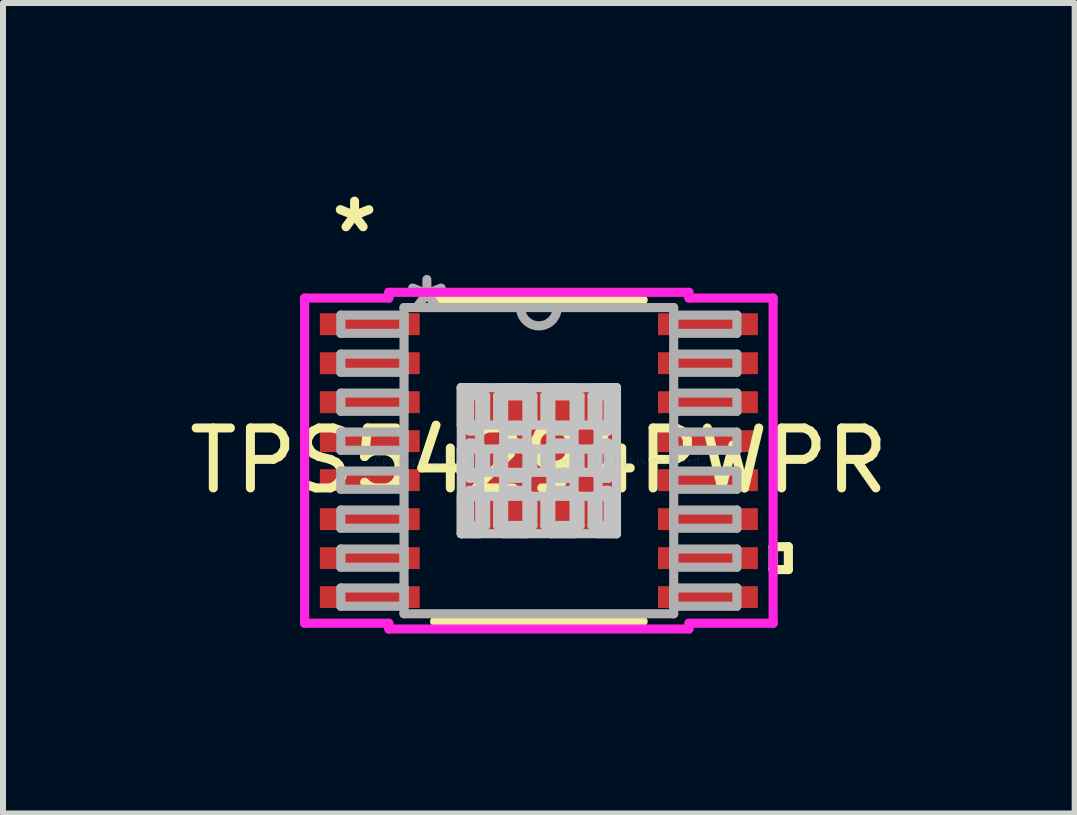
<source format=kicad_pcb>
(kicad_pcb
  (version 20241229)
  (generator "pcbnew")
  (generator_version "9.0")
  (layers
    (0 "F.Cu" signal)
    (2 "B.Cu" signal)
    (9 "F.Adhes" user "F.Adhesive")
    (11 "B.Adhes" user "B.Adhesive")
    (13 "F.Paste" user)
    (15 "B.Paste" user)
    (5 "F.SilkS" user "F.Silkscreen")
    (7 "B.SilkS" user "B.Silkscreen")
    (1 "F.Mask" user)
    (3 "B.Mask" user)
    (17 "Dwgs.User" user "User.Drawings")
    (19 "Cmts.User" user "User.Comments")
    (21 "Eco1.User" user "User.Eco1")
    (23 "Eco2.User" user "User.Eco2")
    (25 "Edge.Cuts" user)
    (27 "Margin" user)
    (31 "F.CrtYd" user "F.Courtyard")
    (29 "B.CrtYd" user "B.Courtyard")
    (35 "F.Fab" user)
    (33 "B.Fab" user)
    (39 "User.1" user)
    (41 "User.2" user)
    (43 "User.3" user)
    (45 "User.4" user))
  (footprint "TPS54294PWPR"
    (layer "F.Cu")
    (at 5.935 4.631)
    (property "Reference" "TPS54294PWPR" (at 0 0 0) (layer "F.SilkS") (effects (font (size 1 1) (thickness 0.15))))
    (attr through_hole)
    (fp_line (start -1.739 2.68) (end 1.739 2.68) (stroke (width 0.152) (type solid)) (layer "F.SilkS"))
    (fp_line (start 1.739 -2.68) (end -1.739 -2.68) (stroke (width 0.152) (type solid)) (layer "F.SilkS"))
    (fp_line (start 3.906 1.435) (end 4.16 1.435) (stroke (width 0.152) (type solid)) (layer "F.SilkS"))
    (fp_line (start 3.906 1.816) (end 3.906 1.435) (stroke (width 0.152) (type solid)) (layer "F.SilkS"))
    (fp_line (start 4.16 1.435) (end 4.16 1.816) (stroke (width 0.152) (type solid)) (layer "F.SilkS"))
    (fp_line (start 4.16 1.816) (end 3.906 1.816) (stroke (width 0.152) (type solid)) (layer "F.SilkS"))
    (fp_line (start -1.294 -1.218) (end -0.987 -1.218) (stroke (width 0.152) (type solid)) (layer "Dwgs.User"))
    (fp_line (start -1.294 -1.218) (end 1.294 -1.218) (stroke (width 0.152) (type solid)) (layer "Dwgs.User"))
    (fp_line (start -1.294 -0.594) (end -1.294 -1.218) (stroke (width 0.152) (type solid)) (layer "Dwgs.User"))
    (fp_line (start -1.294 -0.194) (end 1.294 -0.194) (stroke (width 0.152) (type solid)) (layer "Dwgs.User"))
    (fp_line (start -1.294 0.194) (end -1.294 -0.194) (stroke (width 0.152) (type solid)) (layer "Dwgs.User"))
    (fp_line (start -1.294 0.594) (end 1.294 0.594) (stroke (width 0.152) (type solid)) (layer "Dwgs.User"))
    (fp_line (start -1.294 1.218) (end -1.294 -1.218) (stroke (width 0.152) (type solid)) (layer "Dwgs.User"))
    (fp_line (start -1.294 1.218) (end -1.294 0.594) (stroke (width 0.152) (type solid)) (layer "Dwgs.User"))
    (fp_line (start -1.155 -1.08) (end -1.155 -0.494) (stroke (width 0.152) (type solid)) (layer "Dwgs.User"))
    (fp_line (start -1.155 -0.494) (end -1.029 -0.494) (stroke (width 0.152) (type solid)) (layer "Dwgs.User"))
    (fp_line (start -1.155 -0.294) (end -1.155 0.294) (stroke (width 0.152) (type solid)) (layer "Dwgs.User"))
    (fp_line (start -1.155 0.294) (end -1.029 0.294) (stroke (width 0.152) (type solid)) (layer "Dwgs.User"))
    (fp_line (start -1.155 0.494) (end -1.155 1.08) (stroke (width 0.152) (type solid)) (layer "Dwgs.User"))
    (fp_line (start -1.155 1.08) (end -0.887 1.08) (stroke (width 0.152) (type solid)) (layer "Dwgs.User"))
    (fp_line (start -1.029 -0.494) (end -1.029 -0.494) (stroke (width 0.152) (type solid)) (layer "Dwgs.User"))
    (fp_line (start -1.029 -0.494) (end -0.887 -0.635) (stroke (width 0.152) (type solid)) (layer "Dwgs.User"))
    (fp_line (start -1.029 -0.294) (end -1.155 -0.294) (stroke (width 0.152) (type solid)) (layer "Dwgs.User"))
    (fp_line (start -1.029 -0.294) (end -1.029 -0.294) (stroke (width 0.152) (type solid)) (layer "Dwgs.User"))
    (fp_line (start -1.029 0.294) (end -1.029 0.294) (stroke (width 0.152) (type solid)) (layer "Dwgs.User"))
    (fp_line (start -1.029 0.294) (end -0.887 0.152) (stroke (width 0.152) (type solid)) (layer "Dwgs.User"))
    (fp_line (start -1.029 0.494) (end -1.155 0.494) (stroke (width 0.152) (type solid)) (layer "Dwgs.User"))
    (fp_line (start -1.029 0.494) (end -1.029 0.494) (stroke (width 0.152) (type solid)) (layer "Dwgs.User"))
    (fp_line (start -0.987 -1.218) (end -0.987 1.218) (stroke (width 0.152) (type solid)) (layer "Dwgs.User"))
    (fp_line (start -0.987 1.218) (end -1.294 1.218) (stroke (width 0.152) (type solid)) (layer "Dwgs.User"))
    (fp_line (start -0.887 -1.08) (end -1.155 -1.08) (stroke (width 0.152) (type solid)) (layer "Dwgs.User"))
    (fp_line (start -0.887 -0.635) (end -0.887 -1.08) (stroke (width 0.152) (type solid)) (layer "Dwgs.User"))
    (fp_line (start -0.887 -0.635) (end -0.887 -0.635) (stroke (width 0.152) (type solid)) (layer "Dwgs.User"))
    (fp_line (start -0.887 -0.152) (end -1.029 -0.294) (stroke (width 0.152) (type solid)) (layer "Dwgs.User"))
    (fp_line (start -0.887 -0.152) (end -0.887 -0.152) (stroke (width 0.152) (type solid)) (layer "Dwgs.User"))
    (fp_line (start -0.887 0.152) (end -0.887 -0.152) (stroke (width 0.152) (type solid)) (layer "Dwgs.User"))
    (fp_line (start -0.887 0.152) (end -0.887 0.152) (stroke (width 0.152) (type solid)) (layer "Dwgs.User"))
    (fp_line (start -0.887 0.635) (end -1.029 0.494) (stroke (width 0.152) (type solid)) (layer "Dwgs.User"))
    (fp_line (start -0.887 0.635) (end -0.887 0.635) (stroke (width 0.152) (type solid)) (layer "Dwgs.User"))
    (fp_line (start -0.887 1.08) (end -0.887 0.635) (stroke (width 0.152) (type solid)) (layer "Dwgs.User"))
    (fp_line (start -0.687 -1.08) (end -0.687 -0.635) (stroke (width 0.152) (type solid)) (layer "Dwgs.User"))
    (fp_line (start -0.687 -0.635) (end -0.687 -0.635) (stroke (width 0.152) (type solid)) (layer "Dwgs.User"))
    (fp_line (start -0.687 -0.635) (end -0.546 -0.494) (stroke (width 0.152) (type solid)) (layer "Dwgs.User"))
    (fp_line (start -0.687 -0.152) (end -0.687 -0.152) (stroke (width 0.152) (type solid)) (layer "Dwgs.User"))
    (fp_line (start -0.687 -0.152) (end -0.687 0.152) (stroke (width 0.152) (type solid)) (layer "Dwgs.User"))
    (fp_line (start -0.687 0.152) (end -0.687 0.152) (stroke (width 0.152) (type solid)) (layer "Dwgs.User"))
    (fp_line (start -0.687 0.152) (end -0.546 0.294) (stroke (width 0.152) (type solid)) (layer "Dwgs.User"))
    (fp_line (start -0.687 0.635) (end -0.687 0.635) (stroke (width 0.152) (type solid)) (layer "Dwgs.User"))
    (fp_line (start -0.687 0.635) (end -0.687 1.08) (stroke (width 0.152) (type solid)) (layer "Dwgs.User"))
    (fp_line (start -0.687 1.08) (end -0.1 1.08) (stroke (width 0.152) (type solid)) (layer "Dwgs.User"))
    (fp_line (start -0.587 -1.218) (end -0.587 1.218) (stroke (width 0.152) (type solid)) (layer "Dwgs.User"))
    (fp_line (start -0.587 1.218) (end -0.2 1.218) (stroke (width 0.152) (type solid)) (layer "Dwgs.User"))
    (fp_line (start -0.546 -0.494) (end -0.546 -0.494) (stroke (width 0.152) (type solid)) (layer "Dwgs.User"))
    (fp_line (start -0.546 -0.494) (end -0.241 -0.494) (stroke (width 0.152) (type solid)) (layer "Dwgs.User"))
    (fp_line (start -0.546 -0.294) (end -0.687 -0.152) (stroke (width 0.152) (type solid)) (layer "Dwgs.User"))
    (fp_line (start -0.546 -0.294) (end -0.546 -0.294) (stroke (width 0.152) (type solid)) (layer "Dwgs.User"))
    (fp_line (start -0.546 0.294) (end -0.546 0.294) (stroke (width 0.152) (type solid)) (layer "Dwgs.User"))
    (fp_line (start -0.546 0.294) (end -0.241 0.294) (stroke (width 0.152) (type solid)) (layer "Dwgs.User"))
    (fp_line (start -0.546 0.494) (end -0.687 0.635) (stroke (width 0.152) (type solid)) (layer "Dwgs.User"))
    (fp_line (start -0.546 0.494) (end -0.546 0.494) (stroke (width 0.152) (type solid)) (layer "Dwgs.User"))
    (fp_line (start -0.241 -0.494) (end -0.241 -0.494) (stroke (width 0.152) (type solid)) (layer "Dwgs.User"))
    (fp_line (start -0.241 -0.494) (end -0.1 -0.635) (stroke (width 0.152) (type solid)) (layer "Dwgs.User"))
    (fp_line (start -0.241 -0.294) (end -0.546 -0.294) (stroke (width 0.152) (type solid)) (layer "Dwgs.User"))
    (fp_line (start -0.241 -0.294) (end -0.241 -0.294) (stroke (width 0.152) (type solid)) (layer "Dwgs.User"))
    (fp_line (start -0.241 0.294) (end -0.241 0.294) (stroke (width 0.152) (type solid)) (layer "Dwgs.User"))
    (fp_line (start -0.241 0.294) (end -0.1 0.152) (stroke (width 0.152) (type solid)) (layer "Dwgs.User"))
    (fp_line (start -0.241 0.494) (end -0.546 0.494) (stroke (width 0.152) (type solid)) (layer "Dwgs.User"))
    (fp_line (start -0.241 0.494) (end -0.241 0.494) (stroke (width 0.152) (type solid)) (layer "Dwgs.User"))
    (fp_line (start -0.2 -1.218) (end -0.587 -1.218) (stroke (width 0.152) (type solid)) (layer "Dwgs.User"))
    (fp_line (start -0.2 1.218) (end -0.2 -1.218) (stroke (width 0.152) (type solid)) (layer "Dwgs.User"))
    (fp_line (start -0.1 -1.08) (end -0.687 -1.08) (stroke (width 0.152) (type solid)) (layer "Dwgs.User"))
    (fp_line (start -0.1 -0.635) (end -0.1 -1.08) (stroke (width 0.152) (type solid)) (layer "Dwgs.User"))
    (fp_line (start -0.1 -0.635) (end -0.1 -0.635) (stroke (width 0.152) (type solid)) (layer "Dwgs.User"))
    (fp_line (start -0.1 -0.152) (end -0.241 -0.294) (stroke (width 0.152) (type solid)) (layer "Dwgs.User"))
    (fp_line (start -0.1 -0.152) (end -0.1 -0.152) (stroke (width 0.152) (type solid)) (layer "Dwgs.User"))
    (fp_line (start -0.1 0.152) (end -0.1 -0.152) (stroke (width 0.152) (type solid)) (layer "Dwgs.User"))
    (fp_line (start -0.1 0.152) (end -0.1 0.152) (stroke (width 0.152) (type solid)) (layer "Dwgs.User"))
    (fp_line (start -0.1 0.635) (end -0.241 0.494) (stroke (width 0.152) (type solid)) (layer "Dwgs.User"))
    (fp_line (start -0.1 0.635) (end -0.1 0.635) (stroke (width 0.152) (type solid)) (layer "Dwgs.User"))
    (fp_line (start -0.1 1.08) (end -0.1 0.635) (stroke (width 0.152) (type solid)) (layer "Dwgs.User"))
    (fp_line (start 0.1 -1.08) (end 0.1 -0.635) (stroke (width 0.152) (type solid)) (layer "Dwgs.User"))
    (fp_line (start 0.1 -0.635) (end 0.1 -0.635) (stroke (width 0.152) (type solid)) (layer "Dwgs.User"))
    (fp_line (start 0.1 -0.635) (end 0.241 -0.494) (stroke (width 0.152) (type solid)) (layer "Dwgs.User"))
    (fp_line (start 0.1 -0.152) (end 0.1 -0.152) (stroke (width 0.152) (type solid)) (layer "Dwgs.User"))
    (fp_line (start 0.1 -0.152) (end 0.1 0.152) (stroke (width 0.152) (type solid)) (layer "Dwgs.User"))
    (fp_line (start 0.1 0.152) (end 0.1 0.152) (stroke (width 0.152) (type solid)) (layer "Dwgs.User"))
    (fp_line (start 0.1 0.152) (end 0.241 0.294) (stroke (width 0.152) (type solid)) (layer "Dwgs.User"))
    (fp_line (start 0.1 0.635) (end 0.1 0.635) (stroke (width 0.152) (type solid)) (layer "Dwgs.User"))
    (fp_line (start 0.1 0.635) (end 0.1 1.08) (stroke (width 0.152) (type solid)) (layer "Dwgs.User"))
    (fp_line (start 0.1 1.08) (end 0.687 1.08) (stroke (width 0.152) (type solid)) (layer "Dwgs.User"))
    (fp_line (start 0.2 -1.218) (end 0.2 1.218) (stroke (width 0.152) (type solid)) (layer "Dwgs.User"))
    (fp_line (start 0.2 1.218) (end 0.587 1.218) (stroke (width 0.152) (type solid)) (layer "Dwgs.User"))
    (fp_line (start 0.241 -0.494) (end 0.241 -0.494) (stroke (width 0.152) (type solid)) (layer "Dwgs.User"))
    (fp_line (start 0.241 -0.494) (end 0.546 -0.494) (stroke (width 0.152) (type solid)) (layer "Dwgs.User"))
    (fp_line (start 0.241 -0.294) (end 0.1 -0.152) (stroke (width 0.152) (type solid)) (layer "Dwgs.User"))
    (fp_line (start 0.241 -0.294) (end 0.241 -0.294) (stroke (width 0.152) (type solid)) (layer "Dwgs.User"))
    (fp_line (start 0.241 0.294) (end 0.241 0.294) (stroke (width 0.152) (type solid)) (layer "Dwgs.User"))
    (fp_line (start 0.241 0.294) (end 0.546 0.294) (stroke (width 0.152) (type solid)) (layer "Dwgs.User"))
    (fp_line (start 0.241 0.494) (end 0.1 0.635) (stroke (width 0.152) (type solid)) (layer "Dwgs.User"))
    (fp_line (start 0.241 0.494) (end 0.241 0.494) (stroke (width 0.152) (type solid)) (layer "Dwgs.User"))
    (fp_line (start 0.546 -0.494) (end 0.546 -0.494) (stroke (width 0.152) (type solid)) (layer "Dwgs.User"))
    (fp_line (start 0.546 -0.494) (end 0.687 -0.635) (stroke (width 0.152) (type solid)) (layer "Dwgs.User"))
    (fp_line (start 0.546 -0.294) (end 0.241 -0.294) (stroke (width 0.152) (type solid)) (layer "Dwgs.User"))
    (fp_line (start 0.546 -0.294) (end 0.546 -0.294) (stroke (width 0.152) (type solid)) (layer "Dwgs.User"))
    (fp_line (start 0.546 0.294) (end 0.546 0.294) (stroke (width 0.152) (type solid)) (layer "Dwgs.User"))
    (fp_line (start 0.546 0.294) (end 0.687 0.152) (stroke (width 0.152) (type solid)) (layer "Dwgs.User"))
    (fp_line (start 0.546 0.494) (end 0.241 0.494) (stroke (width 0.152) (type solid)) (layer "Dwgs.User"))
    (fp_line (start 0.546 0.494) (end 0.546 0.494) (stroke (width 0.152) (type solid)) (layer "Dwgs.User"))
    (fp_line (start 0.587 -1.218) (end 0.2 -1.218) (stroke (width 0.152) (type solid)) (layer "Dwgs.User"))
    (fp_line (start 0.587 1.218) (end 0.587 -1.218) (stroke (width 0.152) (type solid)) (layer "Dwgs.User"))
    (fp_line (start 0.687 -1.08) (end 0.1 -1.08) (stroke (width 0.152) (type solid)) (layer "Dwgs.User"))
    (fp_line (start 0.687 -0.635) (end 0.687 -1.08) (stroke (width 0.152) (type solid)) (layer "Dwgs.User"))
    (fp_line (start 0.687 -0.635) (end 0.687 -0.635) (stroke (width 0.152) (type solid)) (layer "Dwgs.User"))
    (fp_line (start 0.687 -0.152) (end 0.546 -0.294) (stroke (width 0.152) (type solid)) (layer "Dwgs.User"))
    (fp_line (start 0.687 -0.152) (end 0.687 -0.152) (stroke (width 0.152) (type solid)) (layer "Dwgs.User"))
    (fp_line (start 0.687 0.152) (end 0.687 -0.152) (stroke (width 0.152) (type solid)) (layer "Dwgs.User"))
    (fp_line (start 0.687 0.152) (end 0.687 0.152) (stroke (width 0.152) (type solid)) (layer "Dwgs.User"))
    (fp_line (start 0.687 0.635) (end 0.546 0.494) (stroke (width 0.152) (type solid)) (layer "Dwgs.User"))
    (fp_line (start 0.687 0.635) (end 0.687 0.635) (stroke (width 0.152) (type solid)) (layer "Dwgs.User"))
    (fp_line (start 0.687 1.08) (end 0.687 0.635) (stroke (width 0.152) (type solid)) (layer "Dwgs.User"))
    (fp_line (start 0.887 -1.08) (end 0.887 -0.635) (stroke (width 0.152) (type solid)) (layer "Dwgs.User"))
    (fp_line (start 0.887 -0.635) (end 0.887 -0.635) (stroke (width 0.152) (type solid)) (layer "Dwgs.User"))
    (fp_line (start 0.887 -0.635) (end 1.029 -0.494) (stroke (width 0.152) (type solid)) (layer "Dwgs.User"))
    (fp_line (start 0.887 -0.152) (end 0.887 -0.152) (stroke (width 0.152) (type solid)) (layer "Dwgs.User"))
    (fp_line (start 0.887 -0.152) (end 0.887 0.152) (stroke (width 0.152) (type solid)) (layer "Dwgs.User"))
    (fp_line (start 0.887 0.152) (end 0.887 0.152) (stroke (width 0.152) (type solid)) (layer "Dwgs.User"))
    (fp_line (start 0.887 0.152) (end 1.029 0.294) (stroke (width 0.152) (type solid)) (layer "Dwgs.User"))
    (fp_line (start 0.887 0.635) (end 0.887 0.635) (stroke (width 0.152) (type solid)) (layer "Dwgs.User"))
    (fp_line (start 0.887 0.635) (end 0.887 1.08) (stroke (width 0.152) (type solid)) (layer "Dwgs.User"))
    (fp_line (start 0.887 1.08) (end 1.155 1.08) (stroke (width 0.152) (type solid)) (layer "Dwgs.User"))
    (fp_line (start 0.987 -1.218) (end 1.294 -1.218) (stroke (width 0.152) (type solid)) (layer "Dwgs.User"))
    (fp_line (start 0.987 1.218) (end 0.987 -1.218) (stroke (width 0.152) (type solid)) (layer "Dwgs.User"))
    (fp_line (start 1.029 -0.494) (end 1.029 -0.494) (stroke (width 0.152) (type solid)) (layer "Dwgs.User"))
    (fp_line (start 1.029 -0.494) (end 1.155 -0.494) (stroke (width 0.152) (type solid)) (layer "Dwgs.User"))
    (fp_line (start 1.029 -0.294) (end 0.887 -0.152) (stroke (width 0.152) (type solid)) (layer "Dwgs.User"))
    (fp_line (start 1.029 -0.294) (end 1.029 -0.294) (stroke (width 0.152) (type solid)) (layer "Dwgs.User"))
    (fp_line (start 1.029 0.294) (end 1.029 0.294) (stroke (width 0.152) (type solid)) (layer "Dwgs.User"))
    (fp_line (start 1.029 0.294) (end 1.155 0.294) (stroke (width 0.152) (type solid)) (layer "Dwgs.User"))
    (fp_line (start 1.029 0.494) (end 0.887 0.635) (stroke (width 0.152) (type solid)) (layer "Dwgs.User"))
    (fp_line (start 1.029 0.494) (end 1.029 0.494) (stroke (width 0.152) (type solid)) (layer "Dwgs.User"))
    (fp_line (start 1.155 -1.08) (end 0.887 -1.08) (stroke (width 0.152) (type solid)) (layer "Dwgs.User"))
    (fp_line (start 1.155 -0.494) (end 1.155 -1.08) (stroke (width 0.152) (type solid)) (layer "Dwgs.User"))
    (fp_line (start 1.155 -0.294) (end 1.029 -0.294) (stroke (width 0.152) (type solid)) (layer "Dwgs.User"))
    (fp_line (start 1.155 0.294) (end 1.155 -0.294) (stroke (width 0.152) (type solid)) (layer "Dwgs.User"))
    (fp_line (start 1.155 0.494) (end 1.029 0.494) (stroke (width 0.152) (type solid)) (layer "Dwgs.User"))
    (fp_line (start 1.155 1.08) (end 1.155 0.494) (stroke (width 0.152) (type solid)) (layer "Dwgs.User"))
    (fp_line (start 1.294 -1.218) (end 1.294 -0.594) (stroke (width 0.152) (type solid)) (layer "Dwgs.User"))
    (fp_line (start 1.294 -1.218) (end 1.294 1.218) (stroke (width 0.152) (type solid)) (layer "Dwgs.User"))
    (fp_line (start 1.294 -0.594) (end -1.294 -0.594) (stroke (width 0.152) (type solid)) (layer "Dwgs.User"))
    (fp_line (start 1.294 -0.194) (end 1.294 0.194) (stroke (width 0.152) (type solid)) (layer "Dwgs.User"))
    (fp_line (start 1.294 0.194) (end -1.294 0.194) (stroke (width 0.152) (type solid)) (layer "Dwgs.User"))
    (fp_line (start 1.294 0.594) (end 1.294 1.218) (stroke (width 0.152) (type solid)) (layer "Dwgs.User"))
    (fp_line (start 1.294 1.218) (end -1.294 1.218) (stroke (width 0.152) (type solid)) (layer "Dwgs.User"))
    (fp_line (start 1.294 1.218) (end 0.987 1.218) (stroke (width 0.152) (type solid)) (layer "Dwgs.User"))
    (fp_circle (center -0.787 -0.394) (end -0.597 -0.394) (stroke (width 0.152) (type solid)) (fill no) (layer "Eco1.User"))
    (fp_circle (center -0.787 0.394) (end -0.597 0.394) (stroke (width 0.152) (type solid)) (fill no) (layer "Eco1.User"))
    (fp_circle (center 0 -0.394) (end 0.191 -0.394) (stroke (width 0.152) (type solid)) (fill no) (layer "Eco1.User"))
    (fp_circle (center 0 0.394) (end 0.191 0.394) (stroke (width 0.152) (type solid)) (fill no) (layer "Eco1.User"))
    (fp_circle (center 0.787 -0.394) (end 0.978 -0.394) (stroke (width 0.152) (type solid)) (fill no) (layer "Eco1.User"))
    (fp_circle (center 0.787 0.394) (end 0.978 0.394) (stroke (width 0.152) (type solid)) (fill no) (layer "Eco1.User"))
    (fp_line (start -3.906 -2.711) (end -2.502 -2.711) (stroke (width 0.152) (type solid)) (layer "F.CrtYd"))
    (fp_line (start -3.906 2.711) (end -3.906 -2.711) (stroke (width 0.152) (type solid)) (layer "F.CrtYd"))
    (fp_line (start -2.502 -2.807) (end 2.502 -2.807) (stroke (width 0.152) (type solid)) (layer "F.CrtYd"))
    (fp_line (start -2.502 -2.711) (end -2.502 -2.807) (stroke (width 0.152) (type solid)) (layer "F.CrtYd"))
    (fp_line (start -2.502 2.711) (end -3.906 2.711) (stroke (width 0.152) (type solid)) (layer "F.CrtYd"))
    (fp_line (start -2.502 2.807) (end -2.502 2.711) (stroke (width 0.152) (type solid)) (layer "F.CrtYd"))
    (fp_line (start 2.502 -2.807) (end 2.502 -2.711) (stroke (width 0.152) (type solid)) (layer "F.CrtYd"))
    (fp_line (start 2.502 -2.711) (end 3.906 -2.711) (stroke (width 0.152) (type solid)) (layer "F.CrtYd"))
    (fp_line (start 2.502 2.711) (end 2.502 2.807) (stroke (width 0.152) (type solid)) (layer "F.CrtYd"))
    (fp_line (start 2.502 2.807) (end -2.502 2.807) (stroke (width 0.152) (type solid)) (layer "F.CrtYd"))
    (fp_line (start 3.906 -2.711) (end 3.906 2.711) (stroke (width 0.152) (type solid)) (layer "F.CrtYd"))
    (fp_line (start 3.906 2.711) (end 2.502 2.711) (stroke (width 0.152) (type solid)) (layer "F.CrtYd"))
    (fp_line (start -3.302 -2.427) (end -3.302 -2.123) (stroke (width 0.152) (type solid)) (layer "F.Fab"))
    (fp_line (start -3.302 -2.123) (end -2.248 -2.123) (stroke (width 0.152) (type solid)) (layer "F.Fab"))
    (fp_line (start -3.302 -1.777) (end -3.302 -1.473) (stroke (width 0.152) (type solid)) (layer "F.Fab"))
    (fp_line (start -3.302 -1.473) (end -2.248 -1.473) (stroke (width 0.152) (type solid)) (layer "F.Fab"))
    (fp_line (start -3.302 -1.127) (end -3.302 -0.823) (stroke (width 0.152) (type solid)) (layer "F.Fab"))
    (fp_line (start -3.302 -0.823) (end -2.248 -0.823) (stroke (width 0.152) (type solid)) (layer "F.Fab"))
    (fp_line (start -3.302 -0.477) (end -3.302 -0.173) (stroke (width 0.152) (type solid)) (layer "F.Fab"))
    (fp_line (start -3.302 -0.173) (end -2.248 -0.173) (stroke (width 0.152) (type solid)) (layer "F.Fab"))
    (fp_line (start -3.302 0.173) (end -3.302 0.477) (stroke (width 0.152) (type solid)) (layer "F.Fab"))
    (fp_line (start -3.302 0.477) (end -2.248 0.477) (stroke (width 0.152) (type solid)) (layer "F.Fab"))
    (fp_line (start -3.302 0.823) (end -3.302 1.127) (stroke (width 0.152) (type solid)) (layer "F.Fab"))
    (fp_line (start -3.302 1.127) (end -2.248 1.127) (stroke (width 0.152) (type solid)) (layer "F.Fab"))
    (fp_line (start -3.302 1.473) (end -3.302 1.777) (stroke (width 0.152) (type solid)) (layer "F.Fab"))
    (fp_line (start -3.302 1.777) (end -2.248 1.777) (stroke (width 0.152) (type solid)) (layer "F.Fab"))
    (fp_line (start -3.302 2.123) (end -3.302 2.427) (stroke (width 0.152) (type solid)) (layer "F.Fab"))
    (fp_line (start -3.302 2.427) (end -2.248 2.427) (stroke (width 0.152) (type solid)) (layer "F.Fab"))
    (fp_line (start -2.248 -2.553) (end -2.248 2.553) (stroke (width 0.152) (type solid)) (layer "F.Fab"))
    (fp_line (start -2.248 -2.427) (end -3.302 -2.427) (stroke (width 0.152) (type solid)) (layer "F.Fab"))
    (fp_line (start -2.248 -2.123) (end -2.248 -2.427) (stroke (width 0.152) (type solid)) (layer "F.Fab"))
    (fp_line (start -2.248 -1.777) (end -3.302 -1.777) (stroke (width 0.152) (type solid)) (layer "F.Fab"))
    (fp_line (start -2.248 -1.473) (end -2.248 -1.777) (stroke (width 0.152) (type solid)) (layer "F.Fab"))
    (fp_line (start -2.248 -1.127) (end -3.302 -1.127) (stroke (width 0.152) (type solid)) (layer "F.Fab"))
    (fp_line (start -2.248 -0.823) (end -2.248 -1.127) (stroke (width 0.152) (type solid)) (layer "F.Fab"))
    (fp_line (start -2.248 -0.477) (end -3.302 -0.477) (stroke (width 0.152) (type solid)) (layer "F.Fab"))
    (fp_line (start -2.248 -0.173) (end -2.248 -0.477) (stroke (width 0.152) (type solid)) (layer "F.Fab"))
    (fp_line (start -2.248 0.173) (end -3.302 0.173) (stroke (width 0.152) (type solid)) (layer "F.Fab"))
    (fp_line (start -2.248 0.477) (end -2.248 0.173) (stroke (width 0.152) (type solid)) (layer "F.Fab"))
    (fp_line (start -2.248 0.823) (end -3.302 0.823) (stroke (width 0.152) (type solid)) (layer "F.Fab"))
    (fp_line (start -2.248 1.127) (end -2.248 0.823) (stroke (width 0.152) (type solid)) (layer "F.Fab"))
    (fp_line (start -2.248 1.473) (end -3.302 1.473) (stroke (width 0.152) (type solid)) (layer "F.Fab"))
    (fp_line (start -2.248 1.777) (end -2.248 1.473) (stroke (width 0.152) (type solid)) (layer "F.Fab"))
    (fp_line (start -2.248 2.123) (end -3.302 2.123) (stroke (width 0.152) (type solid)) (layer "F.Fab"))
    (fp_line (start -2.248 2.427) (end -2.248 2.123) (stroke (width 0.152) (type solid)) (layer "F.Fab"))
    (fp_line (start -2.248 2.553) (end 2.248 2.553) (stroke (width 0.152) (type solid)) (layer "F.Fab"))
    (fp_line (start 2.248 -2.553) (end -2.248 -2.553) (stroke (width 0.152) (type solid)) (layer "F.Fab"))
    (fp_line (start 2.248 -2.427) (end 2.248 -2.123) (stroke (width 0.152) (type solid)) (layer "F.Fab"))
    (fp_line (start 2.248 -2.123) (end 3.302 -2.123) (stroke (width 0.152) (type solid)) (layer "F.Fab"))
    (fp_line (start 2.248 -1.777) (end 2.248 -1.473) (stroke (width 0.152) (type solid)) (layer "F.Fab"))
    (fp_line (start 2.248 -1.473) (end 3.302 -1.473) (stroke (width 0.152) (type solid)) (layer "F.Fab"))
    (fp_line (start 2.248 -1.127) (end 2.248 -0.823) (stroke (width 0.152) (type solid)) (layer "F.Fab"))
    (fp_line (start 2.248 -0.823) (end 3.302 -0.823) (stroke (width 0.152) (type solid)) (layer "F.Fab"))
    (fp_line (start 2.248 -0.477) (end 2.248 -0.173) (stroke (width 0.152) (type solid)) (layer "F.Fab"))
    (fp_line (start 2.248 -0.173) (end 3.302 -0.173) (stroke (width 0.152) (type solid)) (layer "F.Fab"))
    (fp_line (start 2.248 0.173) (end 2.248 0.477) (stroke (width 0.152) (type solid)) (layer "F.Fab"))
    (fp_line (start 2.248 0.477) (end 3.302 0.477) (stroke (width 0.152) (type solid)) (layer "F.Fab"))
    (fp_line (start 2.248 0.823) (end 2.248 1.127) (stroke (width 0.152) (type solid)) (layer "F.Fab"))
    (fp_line (start 2.248 1.127) (end 3.302 1.127) (stroke (width 0.152) (type solid)) (layer "F.Fab"))
    (fp_line (start 2.248 1.473) (end 2.248 1.777) (stroke (width 0.152) (type solid)) (layer "F.Fab"))
    (fp_line (start 2.248 1.777) (end 3.302 1.777) (stroke (width 0.152) (type solid)) (layer "F.Fab"))
    (fp_line (start 2.248 2.123) (end 2.248 2.427) (stroke (width 0.152) (type solid)) (layer "F.Fab"))
    (fp_line (start 2.248 2.427) (end 3.302 2.427) (stroke (width 0.152) (type solid)) (layer "F.Fab"))
    (fp_line (start 2.248 2.553) (end 2.248 -2.553) (stroke (width 0.152) (type solid)) (layer "F.Fab"))
    (fp_line (start 3.302 -2.427) (end 2.248 -2.427) (stroke (width 0.152) (type solid)) (layer "F.Fab"))
    (fp_line (start 3.302 -2.123) (end 3.302 -2.427) (stroke (width 0.152) (type solid)) (layer "F.Fab"))
    (fp_line (start 3.302 -1.777) (end 2.248 -1.777) (stroke (width 0.152) (type solid)) (layer "F.Fab"))
    (fp_line (start 3.302 -1.473) (end 3.302 -1.777) (stroke (width 0.152) (type solid)) (layer "F.Fab"))
    (fp_line (start 3.302 -1.127) (end 2.248 -1.127) (stroke (width 0.152) (type solid)) (layer "F.Fab"))
    (fp_line (start 3.302 -0.823) (end 3.302 -1.127) (stroke (width 0.152) (type solid)) (layer "F.Fab"))
    (fp_line (start 3.302 -0.477) (end 2.248 -0.477) (stroke (width 0.152) (type solid)) (layer "F.Fab"))
    (fp_line (start 3.302 -0.173) (end 3.302 -0.477) (stroke (width 0.152) (type solid)) (layer "F.Fab"))
    (fp_line (start 3.302 0.173) (end 2.248 0.173) (stroke (width 0.152) (type solid)) (layer "F.Fab"))
    (fp_line (start 3.302 0.477) (end 3.302 0.173) (stroke (width 0.152) (type solid)) (layer "F.Fab"))
    (fp_line (start 3.302 0.823) (end 2.248 0.823) (stroke (width 0.152) (type solid)) (layer "F.Fab"))
    (fp_line (start 3.302 1.127) (end 3.302 0.823) (stroke (width 0.152) (type solid)) (layer "F.Fab"))
    (fp_line (start 3.302 1.473) (end 2.248 1.473) (stroke (width 0.152) (type solid)) (layer "F.Fab"))
    (fp_line (start 3.302 1.777) (end 3.302 1.473) (stroke (width 0.152) (type solid)) (layer "F.Fab"))
    (fp_line (start 3.302 2.123) (end 2.248 2.123) (stroke (width 0.152) (type solid)) (layer "F.Fab"))
    (fp_line (start 3.302 2.427) (end 3.302 2.123) (stroke (width 0.152) (type solid)) (layer "F.Fab"))
    (fp_arc (start 0.3048 -2.5527) (mid 0 -2.2479) (end -0.3048 -2.5527) (stroke (width 0.1524) (type solid)) (layer "F.Fab"))
    (fp_text user "*" (at -3.073 -3.783 0) (layer "F.SilkS") (effects (font (size 1 1) (thickness 0.15))))
    (fp_text user "Copyright 2016 Accelerated Designs. All rights reserved." (at 0 0 0) (layer "Cmts.User") (effects (font (size 0.127 0.127) (thickness 0.002))))
    (fp_text user "*" (at -1.867 -2.477 0) (layer "F.Fab") (effects (font (size 1 1) (thickness 0.15))))
    (pad "1" smd rect (at -2.819 -2.275) (size 1.665 0.365) (layers "F.Cu" "F.Mask" "F.Paste"))
    (pad "2" smd rect (at -2.819 -1.625) (size 1.665 0.365) (layers "F.Cu" "F.Mask" "F.Paste"))
    (pad "3" smd rect (at -2.819 -0.975) (size 1.665 0.365) (layers "F.Cu" "F.Mask" "F.Paste"))
    (pad "4" smd rect (at -2.819 -0.325) (size 1.665 0.365) (layers "F.Cu" "F.Mask" "F.Paste"))
    (pad "5" smd rect (at -2.819 0.325) (size 1.665 0.365) (layers "F.Cu" "F.Mask" "F.Paste"))
    (pad "6" smd rect (at -2.819 0.975) (size 1.665 0.365) (layers "F.Cu" "F.Mask" "F.Paste"))
    (pad "7" smd rect (at -2.819 1.625) (size 1.665 0.365) (layers "F.Cu" "F.Mask" "F.Paste"))
    (pad "8" smd rect (at -2.819 2.275) (size 1.665 0.365) (layers "F.Cu" "F.Mask" "F.Paste"))
    (pad "9" smd rect (at 2.819 2.275) (size 1.665 0.365) (layers "F.Cu" "F.Mask" "F.Paste"))
    (pad "10" smd rect (at 2.819 1.625) (size 1.665 0.365) (layers "F.Cu" "F.Mask" "F.Paste"))
    (pad "11" smd rect (at 2.819 0.975) (size 1.665 0.365) (layers "F.Cu" "F.Mask" "F.Paste"))
    (pad "12" smd rect (at 2.819 0.325) (size 1.665 0.365) (layers "F.Cu" "F.Mask" "F.Paste"))
    (pad "13" smd rect (at 2.819 -0.325) (size 1.665 0.365) (layers "F.Cu" "F.Mask" "F.Paste"))
    (pad "14" smd rect (at 2.819 -0.975) (size 1.665 0.365) (layers "F.Cu" "F.Mask" "F.Paste"))
    (pad "15" smd rect (at 2.819 -1.625) (size 1.665 0.365) (layers "F.Cu" "F.Mask" "F.Paste"))
    (pad "16" smd rect (at 2.819 -2.275) (size 1.665 0.365) (layers "F.Cu" "F.Mask" "F.Paste"))
    (pad "EPAD" smd rect (at 0 0) (size 2.46 2.31) (layers "F.Cu" "F.Mask" "F.Paste")))
  (gr_rect
    (start -3 -3)
    (end 14.869 10.514)
    (stroke (width 0.1) (type default))
    (fill no)
    (layer "Edge.Cuts")))
</source>
